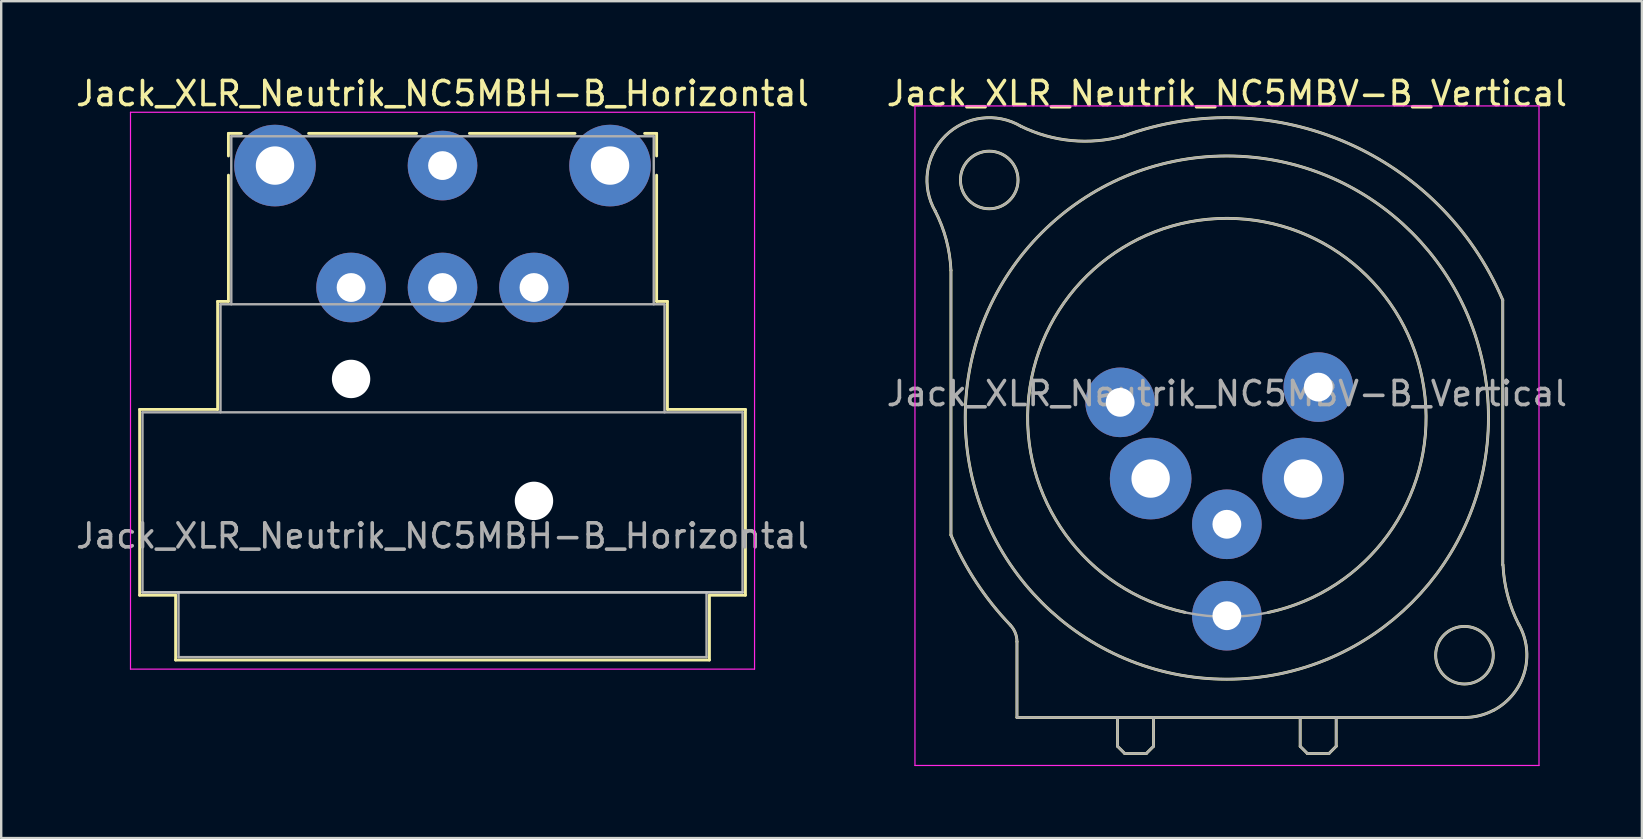
<source format=kicad_pcb>
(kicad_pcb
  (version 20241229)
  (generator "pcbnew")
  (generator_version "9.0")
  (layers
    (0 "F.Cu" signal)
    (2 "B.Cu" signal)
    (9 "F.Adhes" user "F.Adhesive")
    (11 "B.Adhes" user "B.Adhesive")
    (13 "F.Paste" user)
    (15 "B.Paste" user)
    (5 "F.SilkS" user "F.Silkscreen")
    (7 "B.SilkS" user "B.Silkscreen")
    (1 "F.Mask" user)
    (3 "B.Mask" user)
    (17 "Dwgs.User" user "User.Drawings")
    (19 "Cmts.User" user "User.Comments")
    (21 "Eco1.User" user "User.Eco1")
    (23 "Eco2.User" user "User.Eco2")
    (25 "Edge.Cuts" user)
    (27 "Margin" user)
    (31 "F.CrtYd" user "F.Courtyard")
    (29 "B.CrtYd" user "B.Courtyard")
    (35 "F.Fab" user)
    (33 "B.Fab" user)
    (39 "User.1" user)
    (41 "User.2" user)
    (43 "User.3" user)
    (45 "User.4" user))
  (footprint "Jack_XLR_Neutrik_NC5MBV-B_Vertical"
    (layer "F.Cu")
    (at 43.62 13.713)
    (property "Reference" "Jack_XLR_Neutrik_NC5MBV-B_Vertical" (at 4.445 -12.865 0) (layer "F.SilkS") (effects (font (size 1 1) (thickness 0.15))))
    (attr through_hole)
    (fp_line (start -7.05 -5.5) (end -7.05 5.53) (stroke (width 0.12) (type solid)) (layer "F.SilkS"))
    (fp_line (start -4.3 9.97) (end -4.3 13.13) (stroke (width 0.12) (type solid)) (layer "F.SilkS"))
    (fp_line (start -0.11 13.13) (end -0.11 14.33) (stroke (width 0.12) (type solid)) (layer "F.SilkS"))
    (fp_line (start -0.11 14.33) (end 0.19 14.63) (stroke (width 0.12) (type solid)) (layer "F.SilkS"))
    (fp_line (start 0.19 14.63) (end 1.09 14.63) (stroke (width 0.12) (type solid)) (layer "F.SilkS"))
    (fp_line (start 1.39 13.13) (end 1.39 14.33) (stroke (width 0.12) (type solid)) (layer "F.SilkS"))
    (fp_line (start 1.39 14.33) (end 1.09 14.63) (stroke (width 0.12) (type solid)) (layer "F.SilkS"))
    (fp_line (start 7.5 13.13) (end 7.5 14.33) (stroke (width 0.12) (type solid)) (layer "F.SilkS"))
    (fp_line (start 7.5 14.33) (end 7.8 14.63) (stroke (width 0.12) (type solid)) (layer "F.SilkS"))
    (fp_line (start 8.7 14.63) (end 7.8 14.63) (stroke (width 0.12) (type solid)) (layer "F.SilkS"))
    (fp_line (start 9 13.13) (end 9 14.33) (stroke (width 0.12) (type solid)) (layer "F.SilkS"))
    (fp_line (start 9 14.33) (end 8.7 14.63) (stroke (width 0.12) (type solid)) (layer "F.SilkS"))
    (fp_line (start 14.34 13.13) (end -4.3 13.13) (stroke (width 0.12) (type solid)) (layer "F.SilkS"))
    (fp_line (start 15.94 6.77) (end 15.94 -4.26) (stroke (width 0.12) (type solid)) (layer "F.SilkS"))
    (fp_arc (start -7.706072 -7.969016) (mid -7.245016 -6.769854) (end -7.05 -5.5) (stroke (width 0.12) (type solid)) (layer "F.SilkS"))
    (fp_arc (start -7.701898 -7.960402) (mid -7.280108 -11.106809) (end -4.13 -11.5) (stroke (width 0.12) (type solid)) (layer "F.SilkS"))
    (fp_arc (start -4.57767 9.277192) (mid -5.983521 7.515552) (end -7.05 5.53) (stroke (width 0.12) (type solid)) (layer "F.SilkS"))
    (fp_arc (start -4.577033 9.279118) (mid -4.371839 9.597822) (end -4.3 9.97) (stroke (width 0.12) (type solid)) (layer "F.SilkS"))
    (fp_arc (start 0.155138 -11.099295) (mid -2.024203 -10.906412) (end -4.13 -11.5) (stroke (width 0.12) (type solid)) (layer "F.SilkS"))
    (fp_arc (start 0.15831 -11.100431) (mid 9.413683 -10.828344) (end 15.94 -4.26) (stroke (width 0.12) (type solid)) (layer "F.SilkS"))
    (fp_arc (start 2.7 8.75) (mid 4.457421 -7.665488) (end 6.165706 8.755186) (stroke (width 0.12) (type solid)) (layer "F.SilkS"))
    (fp_arc (start 15.548589 12.832023) (mid 14.96239 13.054406) (end 14.34 13.13) (stroke (width 0.12) (type solid)) (layer "F.SilkS"))
    (fp_arc (start 16.602795 9.242305) (mid 16.840071 11.256668) (end 15.56 12.83) (stroke (width 0.12) (type solid)) (layer "F.SilkS"))
    (fp_arc (start 16.607596 9.253415) (mid 16.144453 8.047281) (end 15.95 6.77) (stroke (width 0.12) (type solid)) (layer "F.SilkS"))
    (fp_circle (center -5.455 -9.265) (end -4.255 -9.265) (stroke (width 0.12) (type solid)) (fill no) (layer "F.SilkS"))
    (fp_circle (center 4.445 0.635) (end 15.345 0.635) (stroke (width 0.12) (type solid)) (fill no) (layer "F.SilkS"))
    (fp_circle (center 14.345 10.535) (end 15.545 10.535) (stroke (width 0.12) (type solid)) (fill no) (layer "F.SilkS"))
    (fp_line (start -8.55 -12.35) (end 17.45 -12.35) (stroke (width 0.05) (type solid)) (layer "F.CrtYd"))
    (fp_line (start -8.55 15.13) (end -8.55 -12.35) (stroke (width 0.05) (type solid)) (layer "F.CrtYd"))
    (fp_line (start 17.45 -12.35) (end 17.45 15.13) (stroke (width 0.05) (type solid)) (layer "F.CrtYd"))
    (fp_line (start 17.45 15.13) (end -8.55 15.13) (stroke (width 0.05) (type solid)) (layer "F.CrtYd"))
    (fp_line (start -7.05 -5.5) (end -7.05 5.53) (stroke (width 0.1) (type solid)) (layer "F.Fab"))
    (fp_line (start -4.3 9.97) (end -4.3 13.13) (stroke (width 0.1) (type solid)) (layer "F.Fab"))
    (fp_line (start -0.11 13.13) (end -0.11 14.33) (stroke (width 0.1) (type solid)) (layer "F.Fab"))
    (fp_line (start -0.11 14.33) (end 0.19 14.63) (stroke (width 0.1) (type solid)) (layer "F.Fab"))
    (fp_line (start 0.19 14.63) (end 1.09 14.63) (stroke (width 0.1) (type solid)) (layer "F.Fab"))
    (fp_line (start 1.39 13.13) (end 1.39 14.33) (stroke (width 0.1) (type solid)) (layer "F.Fab"))
    (fp_line (start 1.39 14.33) (end 1.09 14.63) (stroke (width 0.1) (type solid)) (layer "F.Fab"))
    (fp_line (start 7.5 13.13) (end 7.5 14.33) (stroke (width 0.1) (type solid)) (layer "F.Fab"))
    (fp_line (start 7.5 14.33) (end 7.8 14.63) (stroke (width 0.1) (type solid)) (layer "F.Fab"))
    (fp_line (start 8.7 14.63) (end 7.8 14.63) (stroke (width 0.1) (type solid)) (layer "F.Fab"))
    (fp_line (start 9 13.13) (end 9 14.33) (stroke (width 0.1) (type solid)) (layer "F.Fab"))
    (fp_line (start 9 14.33) (end 8.7 14.63) (stroke (width 0.1) (type solid)) (layer "F.Fab"))
    (fp_line (start 14.34 13.13) (end -4.3 13.13) (stroke (width 0.1) (type solid)) (layer "F.Fab"))
    (fp_line (start 15.94 6.77) (end 15.94 -4.26) (stroke (width 0.1) (type solid)) (layer "F.Fab"))
    (fp_arc (start -7.706072 -7.969016) (mid -7.245016 -6.769854) (end -7.05 -5.5) (stroke (width 0.1) (type solid)) (layer "F.Fab"))
    (fp_arc (start -7.701898 -7.960402) (mid -7.280108 -11.106809) (end -4.13 -11.5) (stroke (width 0.1) (type solid)) (layer "F.Fab"))
    (fp_arc (start -4.57767 9.277192) (mid -5.983521 7.515552) (end -7.05 5.53) (stroke (width 0.1) (type solid)) (layer "F.Fab"))
    (fp_arc (start -4.577033 9.279118) (mid -4.371839 9.597822) (end -4.3 9.97) (stroke (width 0.1) (type solid)) (layer "F.Fab"))
    (fp_arc (start 0.155138 -11.099295) (mid -2.024203 -10.906412) (end -4.13 -11.5) (stroke (width 0.1) (type solid)) (layer "F.Fab"))
    (fp_arc (start 0.15831 -11.100431) (mid 9.413683 -10.828344) (end 15.94 -4.26) (stroke (width 0.1) (type solid)) (layer "F.Fab"))
    (fp_arc (start 16.564991 9.168414) (mid 16.616945 11.80321) (end 14.34 13.13) (stroke (width 0.1) (type solid)) (layer "F.Fab"))
    (fp_arc (start 16.574479 9.187942) (mid 16.135172 8.011789) (end 15.95 6.77) (stroke (width 0.1) (type solid)) (layer "F.Fab"))
    (fp_circle (center -5.455 -9.265) (end -4.255 -9.265) (stroke (width 0.1) (type solid)) (fill no) (layer "F.Fab"))
    (fp_circle (center 4.445 0.635) (end 12.745 0.635) (stroke (width 0.1) (type solid)) (fill no) (layer "F.Fab"))
    (fp_circle (center 4.445 0.635) (end 15.345 0.635) (stroke (width 0.1) (type solid)) (fill no) (layer "F.Fab"))
    (fp_circle (center 14.345 10.535) (end 15.545 10.535) (stroke (width 0.1) (type solid)) (fill no) (layer "F.Fab"))
    (fp_text user "${REFERENCE}" (at 4.445 -0.365 0) (layer "F.Fab") (effects (font (size 1 1) (thickness 0.15))))
    (pad "1" thru_hole circle (at 0 0) (size 2.9 2.9) (drill 1.2) (layers "*.Cu" "*.Mask"))
    (pad "2" thru_hole circle (at 1.27 3.175) (size 3.4 3.4) (drill 1.6) (layers "*.Cu" "*.Mask"))
    (pad "3" thru_hole circle (at 4.445 5.08) (size 2.9 2.9) (drill 1.2) (layers "*.Cu" "*.Mask"))
    (pad "4" thru_hole circle (at 7.62 3.175) (size 3.4 3.4) (drill 1.6) (layers "*.Cu" "*.Mask"))
    (pad "5" thru_hole circle (at 8.255 -0.635) (size 2.9 2.9) (drill 1.2) (layers "*.Cu" "*.Mask"))
    (pad "G" thru_hole circle (at 4.445 8.89) (size 2.9 2.9) (drill 1.2) (layers "*.Cu" "*.Mask")))
  (footprint "Jack_XLR_Neutrik_NC5MBH-B_Horizontal"
    (layer "F.Cu")
    (at 8.407 3.848)
    (property "Reference" "Jack_XLR_Neutrik_NC5MBH-B_Horizontal" (at 6.98 -3 0) (layer "F.SilkS") (effects (font (size 1 1) (thickness 0.15))))
    (attr through_hole)
    (fp_line (start -5.64 10.16) (end -2.39 10.16) (stroke (width 0.12) (type solid)) (layer "F.SilkS"))
    (fp_line (start -5.64 17.9) (end -5.64 10.16) (stroke (width 0.12) (type solid)) (layer "F.SilkS"))
    (fp_line (start -4.14 17.9) (end -5.64 17.9) (stroke (width 0.12) (type solid)) (layer "F.SilkS"))
    (fp_line (start -4.14 17.9) (end -4.14 20.6) (stroke (width 0.12) (type solid)) (layer "F.SilkS"))
    (fp_line (start -2.39 10.16) (end -2.39 5.66) (stroke (width 0.12) (type solid)) (layer "F.SilkS"))
    (fp_line (start -1.94 -1.34) (end -1.94 -0.4) (stroke (width 0.12) (type solid)) (layer "F.SilkS"))
    (fp_line (start -1.94 -1.34) (end -1.4 -1.34) (stroke (width 0.12) (type solid)) (layer "F.SilkS"))
    (fp_line (start -1.94 5.66) (end -2.39 5.66) (stroke (width 0.12) (type solid)) (layer "F.SilkS"))
    (fp_line (start -1.94 5.66) (end -1.94 0.4) (stroke (width 0.12) (type solid)) (layer "F.SilkS"))
    (fp_line (start 5.9 -1.34) (end 1.4 -1.34) (stroke (width 0.12) (type solid)) (layer "F.SilkS"))
    (fp_line (start 12.5 -1.34) (end 8.1 -1.34) (stroke (width 0.12) (type solid)) (layer "F.SilkS"))
    (fp_line (start 15.9 -1.34) (end 15.4 -1.34) (stroke (width 0.12) (type solid)) (layer "F.SilkS"))
    (fp_line (start 15.9 -1.34) (end 15.9 -0.4) (stroke (width 0.12) (type solid)) (layer "F.SilkS"))
    (fp_line (start 15.9 5.66) (end 15.9 0.4) (stroke (width 0.12) (type solid)) (layer "F.SilkS"))
    (fp_line (start 15.9 5.66) (end 16.35 5.66) (stroke (width 0.12) (type solid)) (layer "F.SilkS"))
    (fp_line (start 16.35 10.16) (end 16.35 5.66) (stroke (width 0.12) (type solid)) (layer "F.SilkS"))
    (fp_line (start 16.35 10.16) (end 19.6 10.16) (stroke (width 0.12) (type solid)) (layer "F.SilkS"))
    (fp_line (start 18.1 17.9) (end 18.1 20.6) (stroke (width 0.12) (type solid)) (layer "F.SilkS"))
    (fp_line (start 18.1 20.6) (end -4.14 20.6) (stroke (width 0.12) (type solid)) (layer "F.SilkS"))
    (fp_line (start 19.6 17.9) (end 18.1 17.9) (stroke (width 0.12) (type solid)) (layer "F.SilkS"))
    (fp_line (start 19.6 17.9) (end 19.6 10.16) (stroke (width 0.12) (type solid)) (layer "F.SilkS"))
    (fp_line (start 19.48 17.78) (end -5.52 17.78) (stroke (width 0.1) (type solid)) (layer "Dwgs.User"))
    (fp_line (start -6.02 20.98) (end -6.02 -2.22) (stroke (width 0.05) (type solid)) (layer "F.CrtYd"))
    (fp_line (start 19.98 -2.22) (end -6.02 -2.22) (stroke (width 0.05) (type solid)) (layer "F.CrtYd"))
    (fp_line (start 19.98 20.98) (end -6.02 20.98) (stroke (width 0.05) (type solid)) (layer "F.CrtYd"))
    (fp_line (start 19.98 20.98) (end 19.98 -2.22) (stroke (width 0.05) (type solid)) (layer "F.CrtYd"))
    (fp_line (start -5.52 10.28) (end 19.48 10.28) (stroke (width 0.1) (type solid)) (layer "F.Fab"))
    (fp_line (start -5.52 17.78) (end -5.52 10.28) (stroke (width 0.1) (type solid)) (layer "F.Fab"))
    (fp_line (start -4.02 20.48) (end -4.02 17.78) (stroke (width 0.1) (type solid)) (layer "F.Fab"))
    (fp_line (start -2.27 5.78) (end -2.27 10.28) (stroke (width 0.1) (type solid)) (layer "F.Fab"))
    (fp_line (start -2.27 5.78) (end 16.23 5.78) (stroke (width 0.1) (type solid)) (layer "F.Fab"))
    (fp_line (start -1.82 5.78) (end -1.82 -1.22) (stroke (width 0.1) (type solid)) (layer "F.Fab"))
    (fp_line (start 15.78 -1.22) (end -1.82 -1.22) (stroke (width 0.1) (type solid)) (layer "F.Fab"))
    (fp_line (start 15.78 5.78) (end 15.78 -1.22) (stroke (width 0.1) (type solid)) (layer "F.Fab"))
    (fp_line (start 16.23 10.28) (end 16.23 5.78) (stroke (width 0.1) (type solid)) (layer "F.Fab"))
    (fp_line (start 17.98 17.78) (end 17.98 20.48) (stroke (width 0.1) (type solid)) (layer "F.Fab"))
    (fp_line (start 17.98 20.48) (end -4.02 20.48) (stroke (width 0.1) (type solid)) (layer "F.Fab"))
    (fp_line (start 19.48 10.28) (end 19.48 17.78) (stroke (width 0.1) (type solid)) (layer "F.Fab"))
    (fp_line (start 19.48 17.78) (end -5.52 17.78) (stroke (width 0.1) (type solid)) (layer "F.Fab"))
    (fp_text user "${REFERENCE}" (at 6.98 15.43 0) (layer "F.Fab") (effects (font (size 1 1) (thickness 0.15))))
    (pad "" np_thru_hole circle (at 3.17 8.89) (size 1.6 1.6) (drill 1.6) (layers "*.Cu" "*.Mask"))
    (pad "" np_thru_hole circle (at 10.79 13.97) (size 1.6 1.6) (drill 1.6) (layers "*.Cu" "*.Mask"))
    (pad "1" thru_hole circle (at 0 0) (size 3.4 3.4) (drill 1.6) (layers "*.Cu" "*.Mask"))
    (pad "2" thru_hole circle (at 3.17 5.08) (size 2.9 2.9) (drill 1.2) (layers "*.Cu" "*.Mask"))
    (pad "3" thru_hole circle (at 6.98 0) (size 2.9 2.9) (drill 1.2) (layers "*.Cu" "*.Mask"))
    (pad "4" thru_hole circle (at 10.79 5.08) (size 2.9 2.9) (drill 1.2) (layers "*.Cu" "*.Mask"))
    (pad "5" thru_hole circle (at 13.96 0) (size 3.4 3.4) (drill 1.6) (layers "*.Cu" "*.Mask"))
    (pad "G" thru_hole circle (at 6.98 5.08) (size 2.9 2.9) (drill 1.2) (layers "*.Cu" "*.Mask")))
  (gr_rect
    (start -3 -3)
    (end 65.357 31.868)
    (stroke (width 0.1) (type default))
    (fill no)
    (layer "Edge.Cuts")))
</source>
